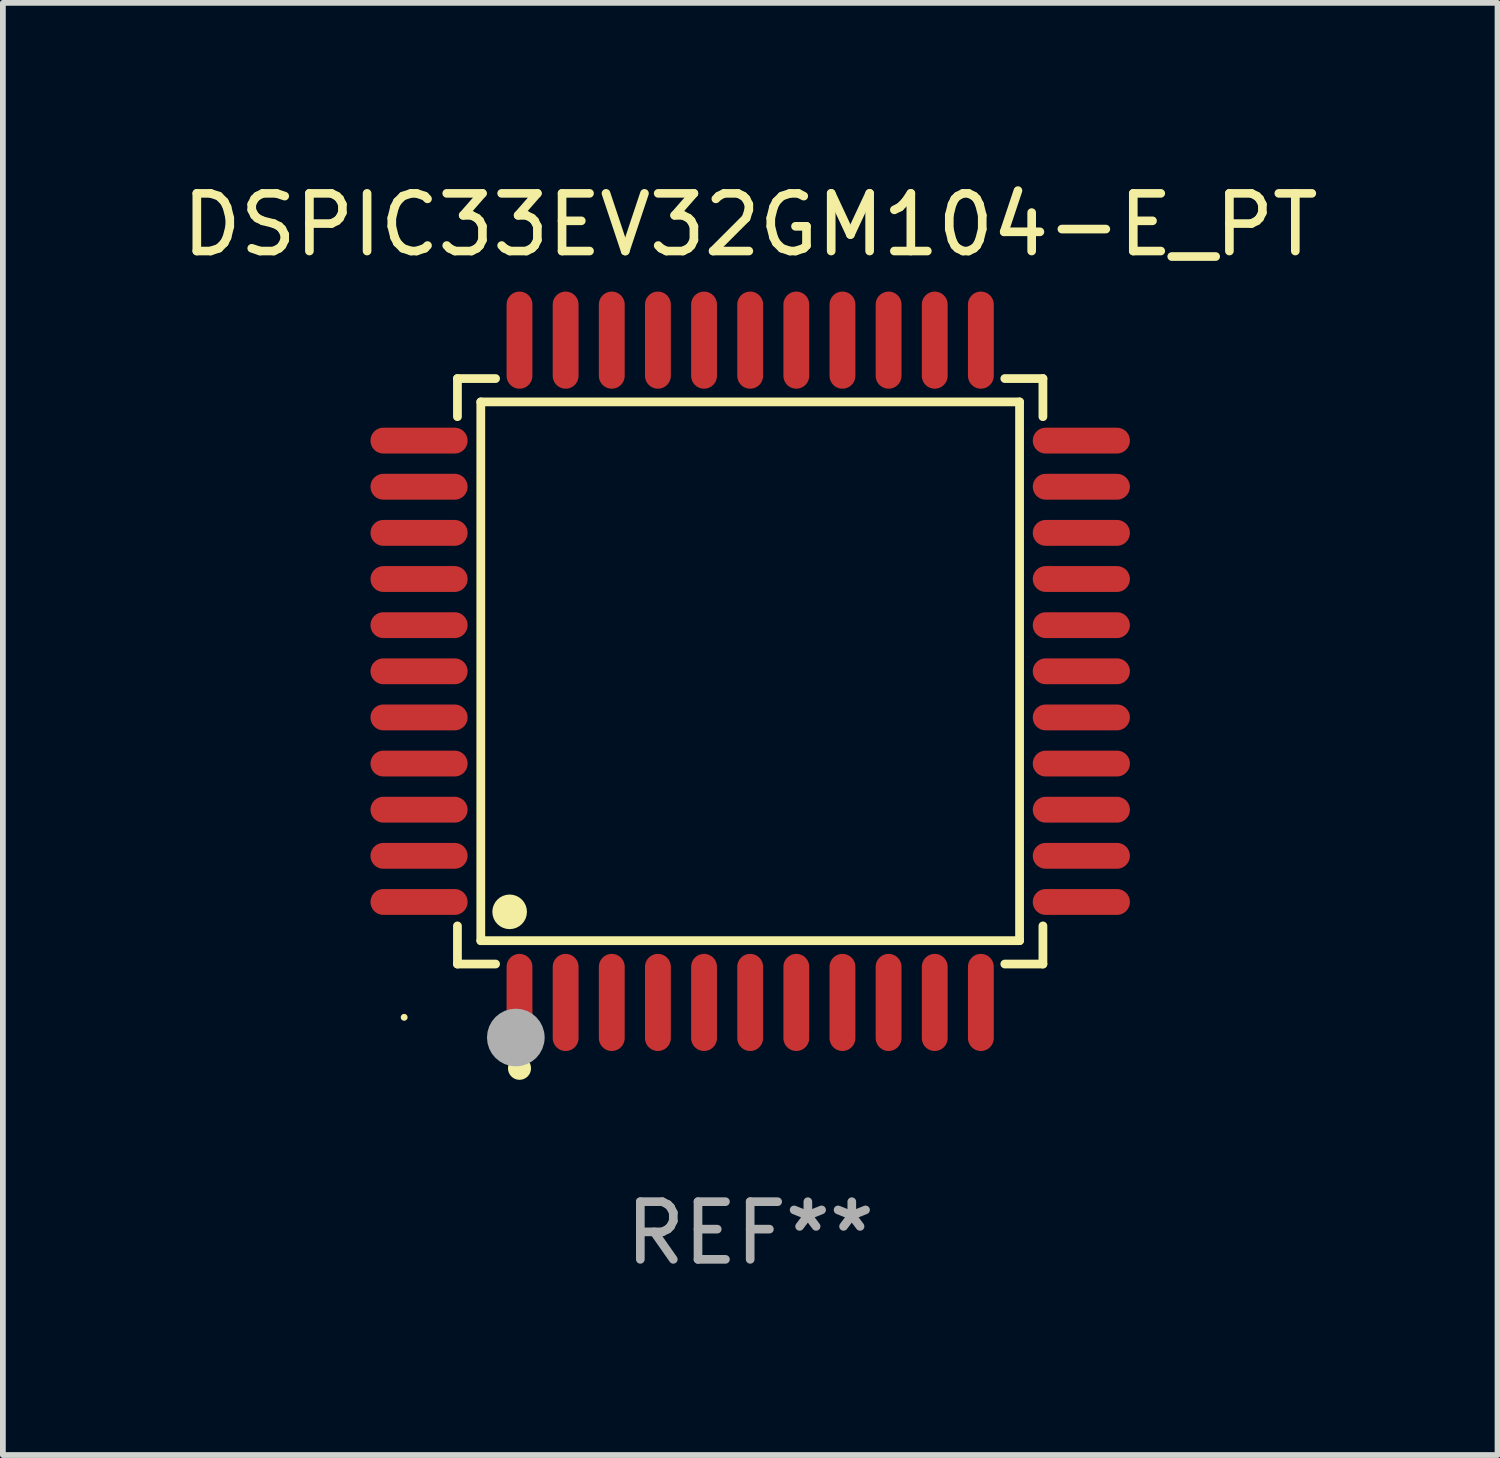
<source format=kicad_pcb>
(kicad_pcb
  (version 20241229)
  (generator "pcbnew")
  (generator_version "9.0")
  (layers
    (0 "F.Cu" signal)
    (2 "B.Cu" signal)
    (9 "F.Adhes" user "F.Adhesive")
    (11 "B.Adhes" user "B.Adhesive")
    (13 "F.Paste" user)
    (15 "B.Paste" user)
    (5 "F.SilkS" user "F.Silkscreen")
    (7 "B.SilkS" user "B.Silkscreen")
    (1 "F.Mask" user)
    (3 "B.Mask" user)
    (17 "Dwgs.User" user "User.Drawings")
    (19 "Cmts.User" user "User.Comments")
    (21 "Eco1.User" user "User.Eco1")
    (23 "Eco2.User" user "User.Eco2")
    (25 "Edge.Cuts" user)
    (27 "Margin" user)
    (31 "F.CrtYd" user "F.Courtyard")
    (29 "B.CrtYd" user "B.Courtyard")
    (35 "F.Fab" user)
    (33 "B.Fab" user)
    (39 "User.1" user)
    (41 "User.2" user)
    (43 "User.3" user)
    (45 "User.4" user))
  (footprint "DSPIC33EV32GM104-E_PT"
    (layer "F.Cu")
    (at 9.958 8.59)
    (property "Reference" "DSPIC33EV32GM104-E_PT" (at 0 -7.742 0) (layer "F.SilkS") (effects (font (size 1 1) (thickness 0.15))))
    (attr through_hole)
    (fp_line (start -5.076 -5.076) (end -4.415 -5.076) (stroke (width 0.152) (type solid)) (layer "F.SilkS"))
    (fp_line (start -5.076 -4.415) (end -5.076 -5.076) (stroke (width 0.152) (type solid)) (layer "F.SilkS"))
    (fp_line (start -5.076 4.415) (end -5.076 5.076) (stroke (width 0.152) (type solid)) (layer "F.SilkS"))
    (fp_line (start -5.076 5.076) (end -4.415 5.076) (stroke (width 0.152) (type solid)) (layer "F.SilkS"))
    (fp_line (start -4.671 -4.671) (end 4.671 -4.671) (stroke (width 0.152) (type solid)) (layer "F.SilkS"))
    (fp_line (start -4.671 4.671) (end -4.671 -4.671) (stroke (width 0.152) (type solid)) (layer "F.SilkS"))
    (fp_line (start 4.671 -4.671) (end 4.671 4.671) (stroke (width 0.152) (type solid)) (layer "F.SilkS"))
    (fp_line (start 4.671 4.671) (end -4.671 4.671) (stroke (width 0.152) (type solid)) (layer "F.SilkS"))
    (fp_line (start 5.076 -5.076) (end 4.415 -5.076) (stroke (width 0.152) (type solid)) (layer "F.SilkS"))
    (fp_line (start 5.076 -4.415) (end 5.076 -5.076) (stroke (width 0.152) (type solid)) (layer "F.SilkS"))
    (fp_line (start 5.076 4.415) (end 5.076 5.076) (stroke (width 0.152) (type solid)) (layer "F.SilkS"))
    (fp_line (start 5.076 5.076) (end 4.415 5.076) (stroke (width 0.152) (type solid)) (layer "F.SilkS"))
    (fp_circle (center -6 6) (end -5.97 6) (stroke (width 0.06) (type solid)) (fill no) (layer "F.SilkS"))
    (fp_circle (center -4.171 4.171) (end -4.021 4.171) (stroke (width 0.3) (type solid)) (fill no) (layer "F.SilkS"))
    (fp_circle (center -4 6.884) (end -3.9 6.884) (stroke (width 0.2) (type solid)) (fill no) (layer "F.SilkS"))
    (fp_circle (center -4.064 6.35) (end -3.814 6.35) (stroke (width 0.5) (type solid)) (fill no) (layer "F.Fab"))
    (fp_text user "REF**" (at 0 9.742 0) (layer "F.Fab") (effects (font (size 1 1) (thickness 0.15))))
    (pad "1" smd oval (at -4 5.742) (size 0.448 1.684) (layers "F.Cu" "F.Mask" "F.Paste"))
    (pad "2" smd oval (at -3.2 5.742) (size 0.448 1.684) (layers "F.Cu" "F.Mask" "F.Paste"))
    (pad "3" smd oval (at -2.4 5.742) (size 0.448 1.684) (layers "F.Cu" "F.Mask" "F.Paste"))
    (pad "4" smd oval (at -1.6 5.742) (size 0.448 1.684) (layers "F.Cu" "F.Mask" "F.Paste"))
    (pad "5" smd oval (at -0.8 5.742) (size 0.448 1.684) (layers "F.Cu" "F.Mask" "F.Paste"))
    (pad "6" smd oval (at 0 5.742) (size 0.448 1.684) (layers "F.Cu" "F.Mask" "F.Paste"))
    (pad "7" smd oval (at 0.8 5.742) (size 0.448 1.684) (layers "F.Cu" "F.Mask" "F.Paste"))
    (pad "8" smd oval (at 1.6 5.742) (size 0.448 1.684) (layers "F.Cu" "F.Mask" "F.Paste"))
    (pad "9" smd oval (at 2.4 5.742) (size 0.448 1.684) (layers "F.Cu" "F.Mask" "F.Paste"))
    (pad "10" smd oval (at 3.2 5.742) (size 0.448 1.684) (layers "F.Cu" "F.Mask" "F.Paste"))
    (pad "11" smd oval (at 4 5.742) (size 0.448 1.684) (layers "F.Cu" "F.Mask" "F.Paste"))
    (pad "12" smd oval (at 5.742 4) (size 1.684 0.448) (layers "F.Cu" "F.Mask" "F.Paste"))
    (pad "13" smd oval (at 5.742 3.2) (size 1.684 0.448) (layers "F.Cu" "F.Mask" "F.Paste"))
    (pad "14" smd oval (at 5.742 2.4) (size 1.684 0.448) (layers "F.Cu" "F.Mask" "F.Paste"))
    (pad "15" smd oval (at 5.742 1.6) (size 1.684 0.448) (layers "F.Cu" "F.Mask" "F.Paste"))
    (pad "16" smd oval (at 5.742 0.8) (size 1.684 0.448) (layers "F.Cu" "F.Mask" "F.Paste"))
    (pad "17" smd oval (at 5.742 0) (size 1.684 0.448) (layers "F.Cu" "F.Mask" "F.Paste"))
    (pad "18" smd oval (at 5.742 -0.8) (size 1.684 0.448) (layers "F.Cu" "F.Mask" "F.Paste"))
    (pad "19" smd oval (at 5.742 -1.6) (size 1.684 0.448) (layers "F.Cu" "F.Mask" "F.Paste"))
    (pad "20" smd oval (at 5.742 -2.4) (size 1.684 0.448) (layers "F.Cu" "F.Mask" "F.Paste"))
    (pad "21" smd oval (at 5.742 -3.2) (size 1.684 0.448) (layers "F.Cu" "F.Mask" "F.Paste"))
    (pad "22" smd oval (at 5.742 -4) (size 1.684 0.448) (layers "F.Cu" "F.Mask" "F.Paste"))
    (pad "23" smd oval (at 4 -5.742) (size 0.448 1.684) (layers "F.Cu" "F.Mask" "F.Paste"))
    (pad "24" smd oval (at 3.2 -5.742) (size 0.448 1.684) (layers "F.Cu" "F.Mask" "F.Paste"))
    (pad "25" smd oval (at 2.4 -5.742) (size 0.448 1.684) (layers "F.Cu" "F.Mask" "F.Paste"))
    (pad "26" smd oval (at 1.6 -5.742) (size 0.448 1.684) (layers "F.Cu" "F.Mask" "F.Paste"))
    (pad "27" smd oval (at 0.8 -5.742) (size 0.448 1.684) (layers "F.Cu" "F.Mask" "F.Paste"))
    (pad "28" smd oval (at 0 -5.742) (size 0.448 1.684) (layers "F.Cu" "F.Mask" "F.Paste"))
    (pad "29" smd oval (at -0.8 -5.742) (size 0.448 1.684) (layers "F.Cu" "F.Mask" "F.Paste"))
    (pad "30" smd oval (at -1.6 -5.742) (size 0.448 1.684) (layers "F.Cu" "F.Mask" "F.Paste"))
    (pad "31" smd oval (at -2.4 -5.742) (size 0.448 1.684) (layers "F.Cu" "F.Mask" "F.Paste"))
    (pad "32" smd oval (at -3.2 -5.742) (size 0.448 1.684) (layers "F.Cu" "F.Mask" "F.Paste"))
    (pad "33" smd oval (at -4 -5.742) (size 0.448 1.684) (layers "F.Cu" "F.Mask" "F.Paste"))
    (pad "34" smd oval (at -5.742 -4) (size 1.684 0.448) (layers "F.Cu" "F.Mask" "F.Paste"))
    (pad "35" smd oval (at -5.742 -3.2) (size 1.684 0.448) (layers "F.Cu" "F.Mask" "F.Paste"))
    (pad "36" smd oval (at -5.742 -2.4) (size 1.684 0.448) (layers "F.Cu" "F.Mask" "F.Paste"))
    (pad "37" smd oval (at -5.742 -1.6) (size 1.684 0.448) (layers "F.Cu" "F.Mask" "F.Paste"))
    (pad "38" smd oval (at -5.742 -0.8) (size 1.684 0.448) (layers "F.Cu" "F.Mask" "F.Paste"))
    (pad "39" smd oval (at -5.742 0) (size 1.684 0.448) (layers "F.Cu" "F.Mask" "F.Paste"))
    (pad "40" smd oval (at -5.742 0.8) (size 1.684 0.448) (layers "F.Cu" "F.Mask" "F.Paste"))
    (pad "41" smd oval (at -5.742 1.6) (size 1.684 0.448) (layers "F.Cu" "F.Mask" "F.Paste"))
    (pad "42" smd oval (at -5.742 2.4) (size 1.684 0.448) (layers "F.Cu" "F.Mask" "F.Paste"))
    (pad "43" smd oval (at -5.742 3.2) (size 1.684 0.448) (layers "F.Cu" "F.Mask" "F.Paste"))
    (pad "44" smd oval (at -5.742 4) (size 1.684 0.448) (layers "F.Cu" "F.Mask" "F.Paste")))
  (gr_rect
    (start -3 -3)
    (end 22.917 22.18)
    (stroke (width 0.1) (type default))
    (fill no)
    (layer "Edge.Cuts")))
</source>
